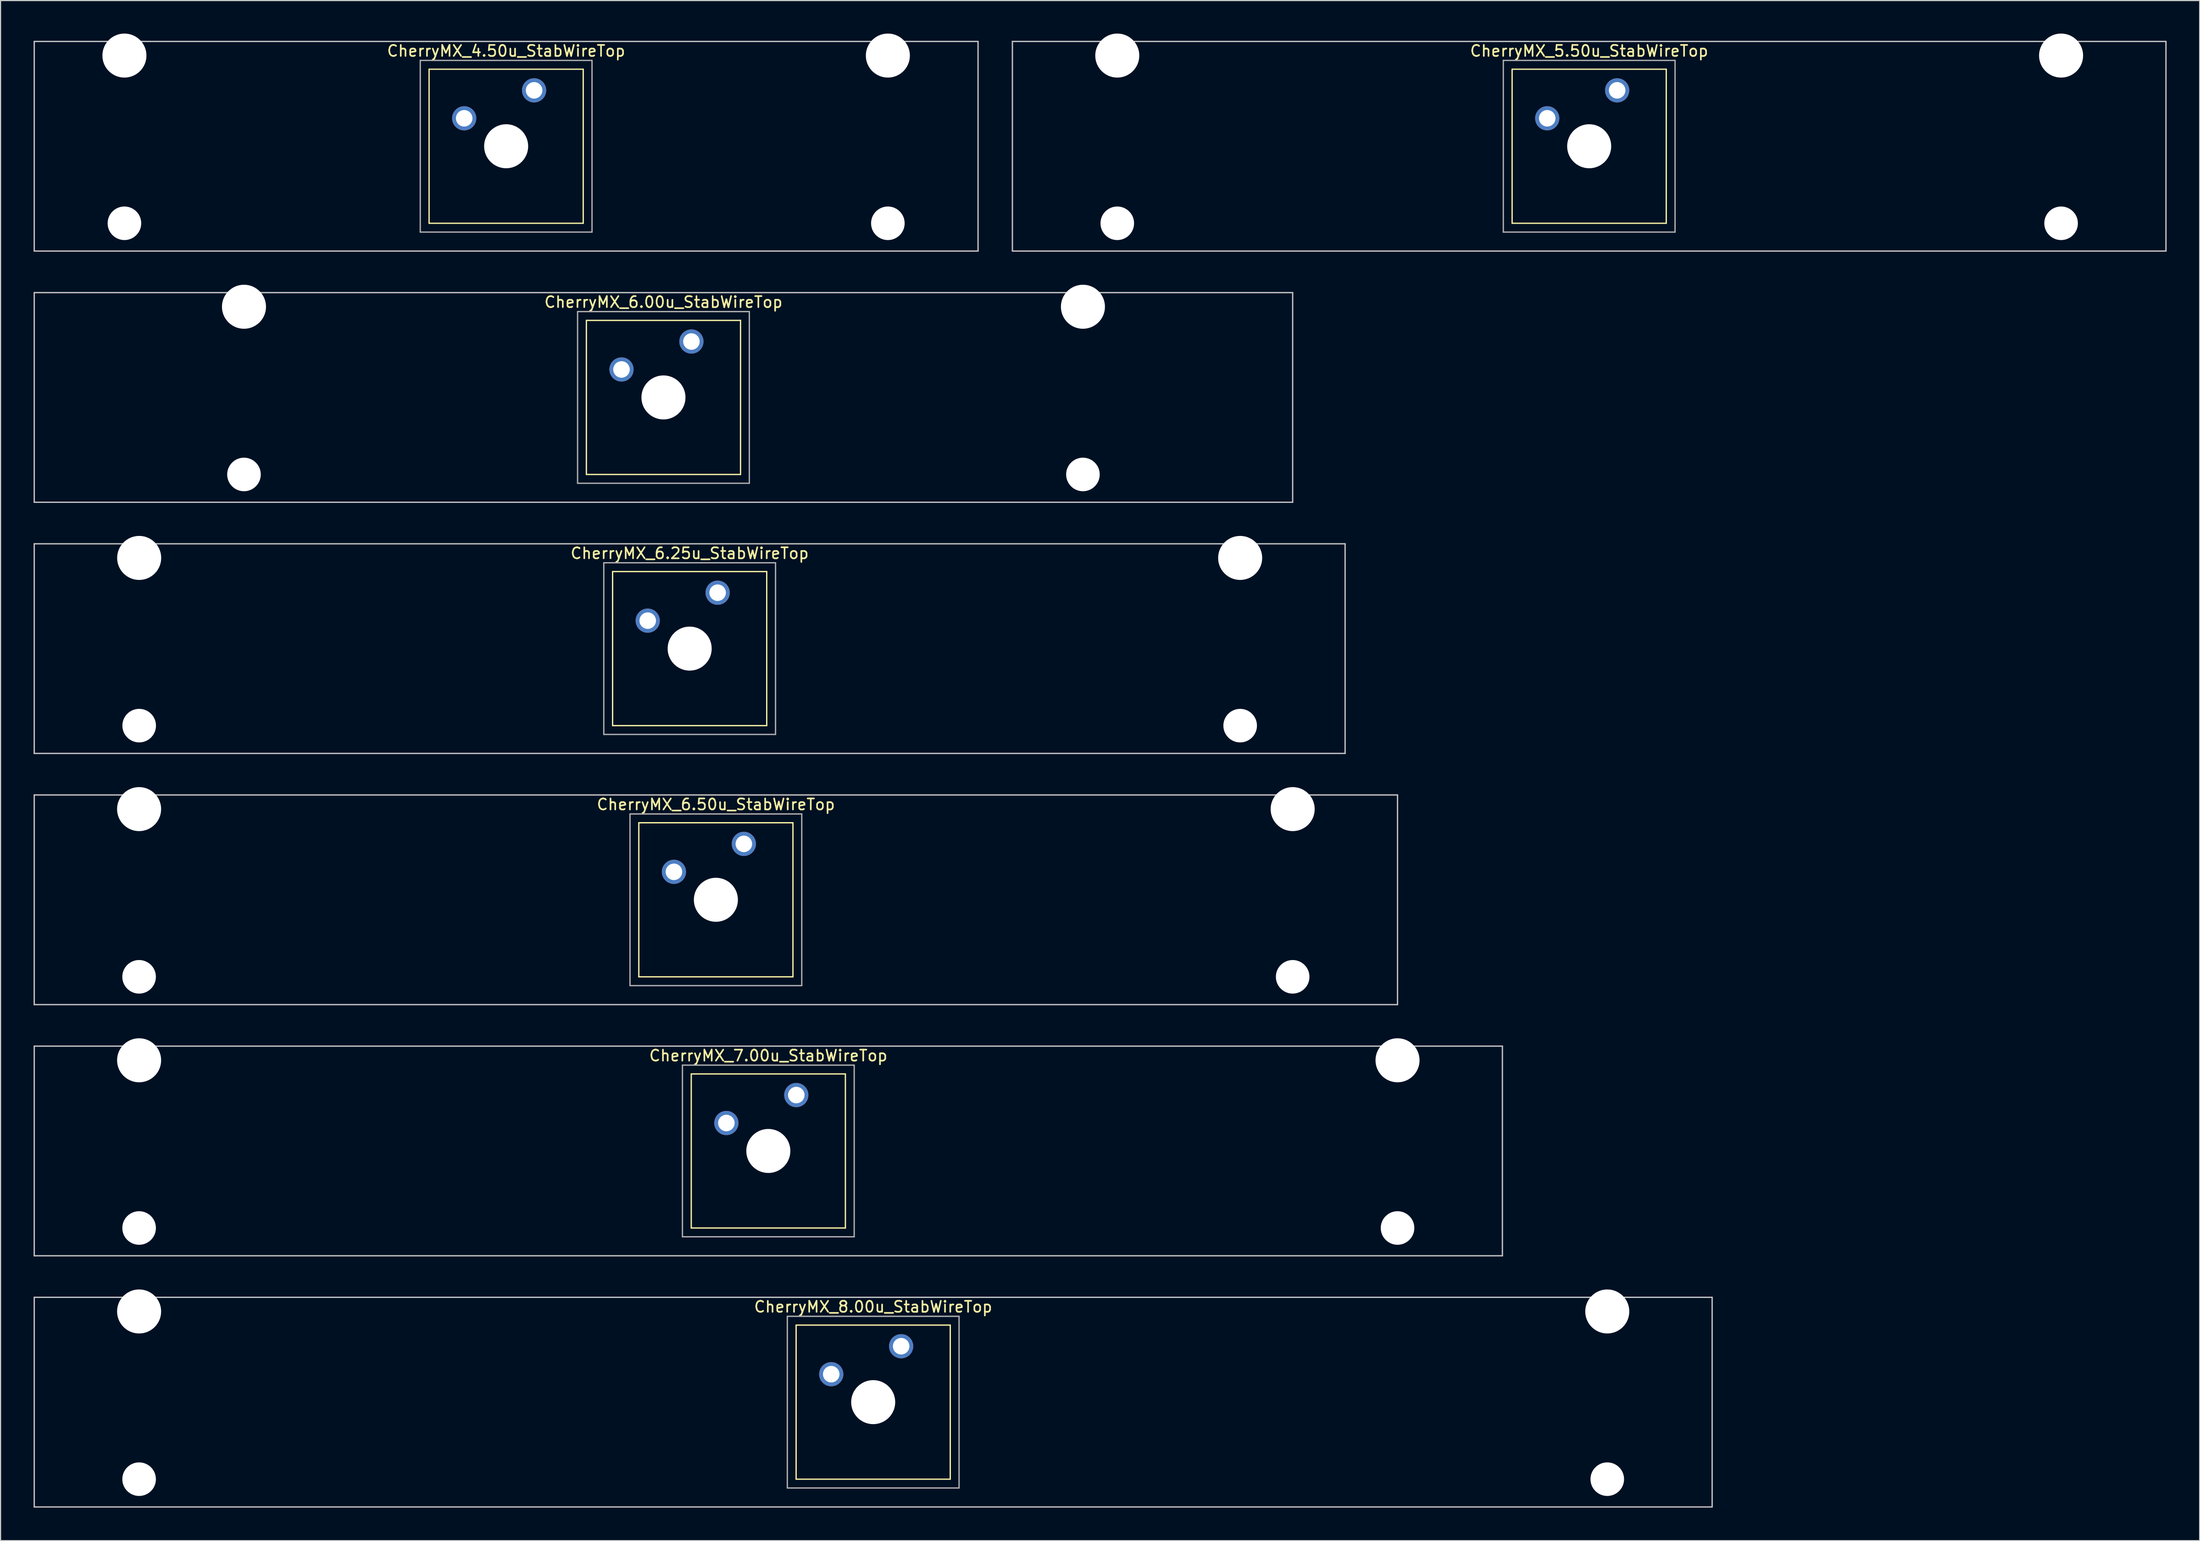
<source format=kicad_pcb>
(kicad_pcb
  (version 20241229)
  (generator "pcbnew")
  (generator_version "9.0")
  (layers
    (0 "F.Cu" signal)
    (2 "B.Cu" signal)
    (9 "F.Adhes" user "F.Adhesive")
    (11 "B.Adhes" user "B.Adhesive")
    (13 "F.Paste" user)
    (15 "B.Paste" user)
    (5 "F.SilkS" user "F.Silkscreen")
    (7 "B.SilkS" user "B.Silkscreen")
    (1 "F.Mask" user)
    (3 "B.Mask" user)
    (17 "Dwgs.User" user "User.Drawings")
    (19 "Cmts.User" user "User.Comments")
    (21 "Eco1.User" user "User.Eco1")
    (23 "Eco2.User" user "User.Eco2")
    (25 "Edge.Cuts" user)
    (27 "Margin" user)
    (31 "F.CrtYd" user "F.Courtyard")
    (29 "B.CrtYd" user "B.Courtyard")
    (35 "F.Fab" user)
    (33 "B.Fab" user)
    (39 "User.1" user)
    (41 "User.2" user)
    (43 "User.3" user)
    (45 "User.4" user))
  (footprint "CherryMX_6.25u_StabWireTop"
    (layer "F.Cu")
    (at 59.591 55.89)
    (property "Reference" "CherryMX_6.25u_StabWireTop" (at 0 -8.662 0) (layer "F.SilkS") (effects (font (size 1 1) (thickness 0.15))))
    (attr through_hole)
    (fp_line (start -7 -7) (end -7 7) (stroke (width 0.12) (type solid)) (layer "F.SilkS"))
    (fp_line (start -7 -7) (end 7 -7) (stroke (width 0.12) (type solid)) (layer "F.SilkS"))
    (fp_line (start 7 -7) (end 7 7) (stroke (width 0.12) (type solid)) (layer "F.SilkS"))
    (fp_line (start 7 7) (end -7 7) (stroke (width 0.12) (type solid)) (layer "F.SilkS"))
    (fp_line (start -59.531 -9.525) (end 59.531 -9.525) (stroke (width 0.12) (type solid)) (layer "Dwgs.User"))
    (fp_line (start -59.531 9.525) (end -59.531 -9.525) (stroke (width 0.12) (type solid)) (layer "Dwgs.User"))
    (fp_line (start 59.531 -9.525) (end 59.531 9.525) (stroke (width 0.12) (type solid)) (layer "Dwgs.User"))
    (fp_line (start 59.531 9.525) (end -59.531 9.525) (stroke (width 0.12) (type solid)) (layer "Dwgs.User"))
    (fp_line (start -7.8 -7.8) (end -7.8 7.8) (stroke (width 0.12) (type solid)) (layer "F.Fab"))
    (fp_line (start -7.8 -7.8) (end 7.8 -7.8) (stroke (width 0.12) (type solid)) (layer "F.Fab"))
    (fp_line (start -7.8 7.8) (end 7.8 7.8) (stroke (width 0.12) (type solid)) (layer "F.Fab"))
    (fp_line (start 7.8 -7.8) (end 7.8 7.8) (stroke (width 0.12) (type solid)) (layer "F.Fab"))
    (pad "" np_thru_hole circle (at -50 -8.24) (size 4 4) (drill 4) (layers "*.Cu" "*.Mask"))
    (pad "" np_thru_hole circle (at -50 7) (size 3.05 3.05) (drill 3.05) (layers "*.Cu" "*.Mask"))
    (pad "" np_thru_hole circle (at 0 0) (size 4 4) (drill 4) (layers "*.Cu" "*.Mask"))
    (pad "" np_thru_hole circle (at 50 -8.24) (size 4 4) (drill 4) (layers "*.Cu" "*.Mask"))
    (pad "" np_thru_hole circle (at 50 7) (size 3.05 3.05) (drill 3.05) (layers "*.Cu" "*.Mask"))
    (pad "1" thru_hole circle (at -3.81 -2.54) (size 2.2 2.2) (drill 1.5) (layers "*.Cu" "*.Mask"))
    (pad "2" thru_hole circle (at 2.54 -5.08) (size 2.2 2.2) (drill 1.5) (layers "*.Cu" "*.Mask")))
  (footprint "CherryMX_7.00u_StabWireTop"
    (layer "F.Cu")
    (at 66.735 101.54)
    (property "Reference" "CherryMX_7.00u_StabWireTop" (at 0 -8.662 0) (layer "F.SilkS") (effects (font (size 1 1) (thickness 0.15))))
    (attr through_hole)
    (fp_line (start -7 -7) (end -7 7) (stroke (width 0.12) (type solid)) (layer "F.SilkS"))
    (fp_line (start -7 -7) (end 7 -7) (stroke (width 0.12) (type solid)) (layer "F.SilkS"))
    (fp_line (start 7 -7) (end 7 7) (stroke (width 0.12) (type solid)) (layer "F.SilkS"))
    (fp_line (start 7 7) (end -7 7) (stroke (width 0.12) (type solid)) (layer "F.SilkS"))
    (fp_line (start -66.675 -9.525) (end 66.675 -9.525) (stroke (width 0.12) (type solid)) (layer "Dwgs.User"))
    (fp_line (start -66.675 9.525) (end -66.675 -9.525) (stroke (width 0.12) (type solid)) (layer "Dwgs.User"))
    (fp_line (start 66.675 -9.525) (end 66.675 9.525) (stroke (width 0.12) (type solid)) (layer "Dwgs.User"))
    (fp_line (start 66.675 9.525) (end -66.675 9.525) (stroke (width 0.12) (type solid)) (layer "Dwgs.User"))
    (fp_line (start -7.8 -7.8) (end -7.8 7.8) (stroke (width 0.12) (type solid)) (layer "F.Fab"))
    (fp_line (start -7.8 -7.8) (end 7.8 -7.8) (stroke (width 0.12) (type solid)) (layer "F.Fab"))
    (fp_line (start -7.8 7.8) (end 7.8 7.8) (stroke (width 0.12) (type solid)) (layer "F.Fab"))
    (fp_line (start 7.8 -7.8) (end 7.8 7.8) (stroke (width 0.12) (type solid)) (layer "F.Fab"))
    (pad "" np_thru_hole circle (at -57.15 -8.24) (size 4 4) (drill 4) (layers "*.Cu" "*.Mask"))
    (pad "" np_thru_hole circle (at -57.15 7) (size 3.05 3.05) (drill 3.05) (layers "*.Cu" "*.Mask"))
    (pad "" np_thru_hole circle (at 0 0) (size 4 4) (drill 4) (layers "*.Cu" "*.Mask"))
    (pad "" np_thru_hole circle (at 57.15 -8.24) (size 4 4) (drill 4) (layers "*.Cu" "*.Mask"))
    (pad "" np_thru_hole circle (at 57.15 7) (size 3.05 3.05) (drill 3.05) (layers "*.Cu" "*.Mask"))
    (pad "1" thru_hole circle (at -3.81 -2.54) (size 2.2 2.2) (drill 1.5) (layers "*.Cu" "*.Mask"))
    (pad "2" thru_hole circle (at 2.54 -5.08) (size 2.2 2.2) (drill 1.5) (layers "*.Cu" "*.Mask")))
  (footprint "CherryMX_8.00u_StabWireTop"
    (layer "F.Cu")
    (at 76.26 124.365)
    (property "Reference" "CherryMX_8.00u_StabWireTop" (at 0 -8.662 0) (layer "F.SilkS") (effects (font (size 1 1) (thickness 0.15))))
    (attr through_hole)
    (fp_line (start -7 -7) (end -7 7) (stroke (width 0.12) (type solid)) (layer "F.SilkS"))
    (fp_line (start -7 -7) (end 7 -7) (stroke (width 0.12) (type solid)) (layer "F.SilkS"))
    (fp_line (start 7 -7) (end 7 7) (stroke (width 0.12) (type solid)) (layer "F.SilkS"))
    (fp_line (start 7 7) (end -7 7) (stroke (width 0.12) (type solid)) (layer "F.SilkS"))
    (fp_line (start -76.2 -9.525) (end 76.2 -9.525) (stroke (width 0.12) (type solid)) (layer "Dwgs.User"))
    (fp_line (start -76.2 9.525) (end -76.2 -9.525) (stroke (width 0.12) (type solid)) (layer "Dwgs.User"))
    (fp_line (start 76.2 -9.525) (end 76.2 9.525) (stroke (width 0.12) (type solid)) (layer "Dwgs.User"))
    (fp_line (start 76.2 9.525) (end -76.2 9.525) (stroke (width 0.12) (type solid)) (layer "Dwgs.User"))
    (fp_line (start -7.8 -7.8) (end -7.8 7.8) (stroke (width 0.12) (type solid)) (layer "F.Fab"))
    (fp_line (start -7.8 -7.8) (end 7.8 -7.8) (stroke (width 0.12) (type solid)) (layer "F.Fab"))
    (fp_line (start -7.8 7.8) (end 7.8 7.8) (stroke (width 0.12) (type solid)) (layer "F.Fab"))
    (fp_line (start 7.8 -7.8) (end 7.8 7.8) (stroke (width 0.12) (type solid)) (layer "F.Fab"))
    (pad "" np_thru_hole circle (at -66.675 -8.24) (size 4 4) (drill 4) (layers "*.Cu" "*.Mask"))
    (pad "" np_thru_hole circle (at -66.675 7) (size 3.05 3.05) (drill 3.05) (layers "*.Cu" "*.Mask"))
    (pad "" np_thru_hole circle (at 0 0) (size 4 4) (drill 4) (layers "*.Cu" "*.Mask"))
    (pad "" np_thru_hole circle (at 66.675 -8.24) (size 4 4) (drill 4) (layers "*.Cu" "*.Mask"))
    (pad "" np_thru_hole circle (at 66.675 7) (size 3.05 3.05) (drill 3.05) (layers "*.Cu" "*.Mask"))
    (pad "1" thru_hole circle (at -3.81 -2.54) (size 2.2 2.2) (drill 1.5) (layers "*.Cu" "*.Mask"))
    (pad "2" thru_hole circle (at 2.54 -5.08) (size 2.2 2.2) (drill 1.5) (layers "*.Cu" "*.Mask")))
  (footprint "CherryMX_5.50u_StabWireTop"
    (layer "F.Cu")
    (at 141.292 10.24)
    (property "Reference" "CherryMX_5.50u_StabWireTop" (at 0 -8.662 0) (layer "F.SilkS") (effects (font (size 1 1) (thickness 0.15))))
    (attr through_hole)
    (fp_line (start -7 -7) (end -7 7) (stroke (width 0.12) (type solid)) (layer "F.SilkS"))
    (fp_line (start -7 -7) (end 7 -7) (stroke (width 0.12) (type solid)) (layer "F.SilkS"))
    (fp_line (start 7 -7) (end 7 7) (stroke (width 0.12) (type solid)) (layer "F.SilkS"))
    (fp_line (start 7 7) (end -7 7) (stroke (width 0.12) (type solid)) (layer "F.SilkS"))
    (fp_line (start -52.388 -9.525) (end 52.388 -9.525) (stroke (width 0.12) (type solid)) (layer "Dwgs.User"))
    (fp_line (start -52.388 9.525) (end -52.388 -9.525) (stroke (width 0.12) (type solid)) (layer "Dwgs.User"))
    (fp_line (start 52.388 -9.525) (end 52.388 9.525) (stroke (width 0.12) (type solid)) (layer "Dwgs.User"))
    (fp_line (start 52.388 9.525) (end -52.388 9.525) (stroke (width 0.12) (type solid)) (layer "Dwgs.User"))
    (fp_line (start -7.8 -7.8) (end -7.8 7.8) (stroke (width 0.12) (type solid)) (layer "F.Fab"))
    (fp_line (start -7.8 -7.8) (end 7.8 -7.8) (stroke (width 0.12) (type solid)) (layer "F.Fab"))
    (fp_line (start -7.8 7.8) (end 7.8 7.8) (stroke (width 0.12) (type solid)) (layer "F.Fab"))
    (fp_line (start 7.8 -7.8) (end 7.8 7.8) (stroke (width 0.12) (type solid)) (layer "F.Fab"))
    (pad "" np_thru_hole circle (at -42.862 -8.24) (size 4 4) (drill 4) (layers "*.Cu" "*.Mask"))
    (pad "" np_thru_hole circle (at -42.862 7) (size 3.05 3.05) (drill 3.05) (layers "*.Cu" "*.Mask"))
    (pad "" np_thru_hole circle (at 0 0) (size 4 4) (drill 4) (layers "*.Cu" "*.Mask"))
    (pad "" np_thru_hole circle (at 42.862 -8.24) (size 4 4) (drill 4) (layers "*.Cu" "*.Mask"))
    (pad "" np_thru_hole circle (at 42.862 7) (size 3.05 3.05) (drill 3.05) (layers "*.Cu" "*.Mask"))
    (pad "1" thru_hole circle (at -3.81 -2.54) (size 2.2 2.2) (drill 1.5) (layers "*.Cu" "*.Mask"))
    (pad "2" thru_hole circle (at 2.54 -5.08) (size 2.2 2.2) (drill 1.5) (layers "*.Cu" "*.Mask")))
  (footprint "CherryMX_6.00u_StabWireTop"
    (layer "F.Cu")
    (at 57.21 33.065)
    (property "Reference" "CherryMX_6.00u_StabWireTop" (at 0 -8.662 0) (layer "F.SilkS") (effects (font (size 1 1) (thickness 0.15))))
    (attr through_hole)
    (fp_line (start -7 -7) (end -7 7) (stroke (width 0.12) (type solid)) (layer "F.SilkS"))
    (fp_line (start -7 -7) (end 7 -7) (stroke (width 0.12) (type solid)) (layer "F.SilkS"))
    (fp_line (start 7 -7) (end 7 7) (stroke (width 0.12) (type solid)) (layer "F.SilkS"))
    (fp_line (start 7 7) (end -7 7) (stroke (width 0.12) (type solid)) (layer "F.SilkS"))
    (fp_line (start -57.15 -9.525) (end 57.15 -9.525) (stroke (width 0.12) (type solid)) (layer "Dwgs.User"))
    (fp_line (start -57.15 9.525) (end -57.15 -9.525) (stroke (width 0.12) (type solid)) (layer "Dwgs.User"))
    (fp_line (start 57.15 -9.525) (end 57.15 9.525) (stroke (width 0.12) (type solid)) (layer "Dwgs.User"))
    (fp_line (start 57.15 9.525) (end -57.15 9.525) (stroke (width 0.12) (type solid)) (layer "Dwgs.User"))
    (fp_line (start -7.8 -7.8) (end -7.8 7.8) (stroke (width 0.12) (type solid)) (layer "F.Fab"))
    (fp_line (start -7.8 -7.8) (end 7.8 -7.8) (stroke (width 0.12) (type solid)) (layer "F.Fab"))
    (fp_line (start -7.8 7.8) (end 7.8 7.8) (stroke (width 0.12) (type solid)) (layer "F.Fab"))
    (fp_line (start 7.8 -7.8) (end 7.8 7.8) (stroke (width 0.12) (type solid)) (layer "F.Fab"))
    (pad "" np_thru_hole circle (at -38.1 -8.24) (size 4 4) (drill 4) (layers "*.Cu" "*.Mask"))
    (pad "" np_thru_hole circle (at -38.1 7) (size 3.05 3.05) (drill 3.05) (layers "*.Cu" "*.Mask"))
    (pad "" np_thru_hole circle (at 0 0) (size 4 4) (drill 4) (layers "*.Cu" "*.Mask"))
    (pad "" np_thru_hole circle (at 38.1 -8.24) (size 4 4) (drill 4) (layers "*.Cu" "*.Mask"))
    (pad "" np_thru_hole circle (at 38.1 7) (size 3.05 3.05) (drill 3.05) (layers "*.Cu" "*.Mask"))
    (pad "1" thru_hole circle (at -3.81 -2.54) (size 2.2 2.2) (drill 1.5) (layers "*.Cu" "*.Mask"))
    (pad "2" thru_hole circle (at 2.54 -5.08) (size 2.2 2.2) (drill 1.5) (layers "*.Cu" "*.Mask")))
  (footprint "CherryMX_4.50u_StabWireTop"
    (layer "F.Cu")
    (at 42.922 10.24)
    (property "Reference" "CherryMX_4.50u_StabWireTop" (at 0 -8.662 0) (layer "F.SilkS") (effects (font (size 1 1) (thickness 0.15))))
    (attr through_hole)
    (fp_line (start -7 -7) (end -7 7) (stroke (width 0.12) (type solid)) (layer "F.SilkS"))
    (fp_line (start -7 -7) (end 7 -7) (stroke (width 0.12) (type solid)) (layer "F.SilkS"))
    (fp_line (start 7 -7) (end 7 7) (stroke (width 0.12) (type solid)) (layer "F.SilkS"))
    (fp_line (start 7 7) (end -7 7) (stroke (width 0.12) (type solid)) (layer "F.SilkS"))
    (fp_line (start -42.862 -9.525) (end 42.862 -9.525) (stroke (width 0.12) (type solid)) (layer "Dwgs.User"))
    (fp_line (start -42.862 9.525) (end -42.862 -9.525) (stroke (width 0.12) (type solid)) (layer "Dwgs.User"))
    (fp_line (start 42.862 -9.525) (end 42.862 9.525) (stroke (width 0.12) (type solid)) (layer "Dwgs.User"))
    (fp_line (start 42.862 9.525) (end -42.862 9.525) (stroke (width 0.12) (type solid)) (layer "Dwgs.User"))
    (fp_line (start -7.8 -7.8) (end -7.8 7.8) (stroke (width 0.12) (type solid)) (layer "F.Fab"))
    (fp_line (start -7.8 -7.8) (end 7.8 -7.8) (stroke (width 0.12) (type solid)) (layer "F.Fab"))
    (fp_line (start -7.8 7.8) (end 7.8 7.8) (stroke (width 0.12) (type solid)) (layer "F.Fab"))
    (fp_line (start 7.8 -7.8) (end 7.8 7.8) (stroke (width 0.12) (type solid)) (layer "F.Fab"))
    (pad "" np_thru_hole circle (at -34.671 -8.24) (size 4 4) (drill 4) (layers "*.Cu" "*.Mask"))
    (pad "" np_thru_hole circle (at -34.671 7) (size 3.05 3.05) (drill 3.05) (layers "*.Cu" "*.Mask"))
    (pad "" np_thru_hole circle (at 0 0) (size 4 4) (drill 4) (layers "*.Cu" "*.Mask"))
    (pad "" np_thru_hole circle (at 34.671 -8.24) (size 4 4) (drill 4) (layers "*.Cu" "*.Mask"))
    (pad "" np_thru_hole circle (at 34.671 7) (size 3.05 3.05) (drill 3.05) (layers "*.Cu" "*.Mask"))
    (pad "1" thru_hole circle (at -3.81 -2.54) (size 2.2 2.2) (drill 1.5) (layers "*.Cu" "*.Mask"))
    (pad "2" thru_hole circle (at 2.54 -5.08) (size 2.2 2.2) (drill 1.5) (layers "*.Cu" "*.Mask")))
  (footprint "CherryMX_6.50u_StabWireTop"
    (layer "F.Cu")
    (at 61.972 78.715)
    (property "Reference" "CherryMX_6.50u_StabWireTop" (at 0 -8.662 0) (layer "F.SilkS") (effects (font (size 1 1) (thickness 0.15))))
    (attr through_hole)
    (fp_line (start -7 -7) (end -7 7) (stroke (width 0.12) (type solid)) (layer "F.SilkS"))
    (fp_line (start -7 -7) (end 7 -7) (stroke (width 0.12) (type solid)) (layer "F.SilkS"))
    (fp_line (start 7 -7) (end 7 7) (stroke (width 0.12) (type solid)) (layer "F.SilkS"))
    (fp_line (start 7 7) (end -7 7) (stroke (width 0.12) (type solid)) (layer "F.SilkS"))
    (fp_line (start -61.913 -9.525) (end 61.913 -9.525) (stroke (width 0.12) (type solid)) (layer "Dwgs.User"))
    (fp_line (start -61.913 9.525) (end -61.913 -9.525) (stroke (width 0.12) (type solid)) (layer "Dwgs.User"))
    (fp_line (start 61.913 -9.525) (end 61.913 9.525) (stroke (width 0.12) (type solid)) (layer "Dwgs.User"))
    (fp_line (start 61.913 9.525) (end -61.913 9.525) (stroke (width 0.12) (type solid)) (layer "Dwgs.User"))
    (fp_line (start -7.8 -7.8) (end -7.8 7.8) (stroke (width 0.12) (type solid)) (layer "F.Fab"))
    (fp_line (start -7.8 -7.8) (end 7.8 -7.8) (stroke (width 0.12) (type solid)) (layer "F.Fab"))
    (fp_line (start -7.8 7.8) (end 7.8 7.8) (stroke (width 0.12) (type solid)) (layer "F.Fab"))
    (fp_line (start 7.8 -7.8) (end 7.8 7.8) (stroke (width 0.12) (type solid)) (layer "F.Fab"))
    (pad "" np_thru_hole circle (at -52.388 -8.24) (size 4 4) (drill 4) (layers "*.Cu" "*.Mask"))
    (pad "" np_thru_hole circle (at -52.388 7) (size 3.05 3.05) (drill 3.05) (layers "*.Cu" "*.Mask"))
    (pad "" np_thru_hole circle (at 0 0) (size 4 4) (drill 4) (layers "*.Cu" "*.Mask"))
    (pad "" np_thru_hole circle (at 52.388 -8.24) (size 4 4) (drill 4) (layers "*.Cu" "*.Mask"))
    (pad "" np_thru_hole circle (at 52.388 7) (size 3.05 3.05) (drill 3.05) (layers "*.Cu" "*.Mask"))
    (pad "1" thru_hole circle (at -3.81 -2.54) (size 2.2 2.2) (drill 1.5) (layers "*.Cu" "*.Mask"))
    (pad "2" thru_hole circle (at 2.54 -5.08) (size 2.2 2.2) (drill 1.5) (layers "*.Cu" "*.Mask")))
  (gr_rect
    (start -3 -3)
    (end 196.74 136.95)
    (stroke (width 0.1) (type default))
    (fill no)
    (layer "Edge.Cuts")))
</source>
